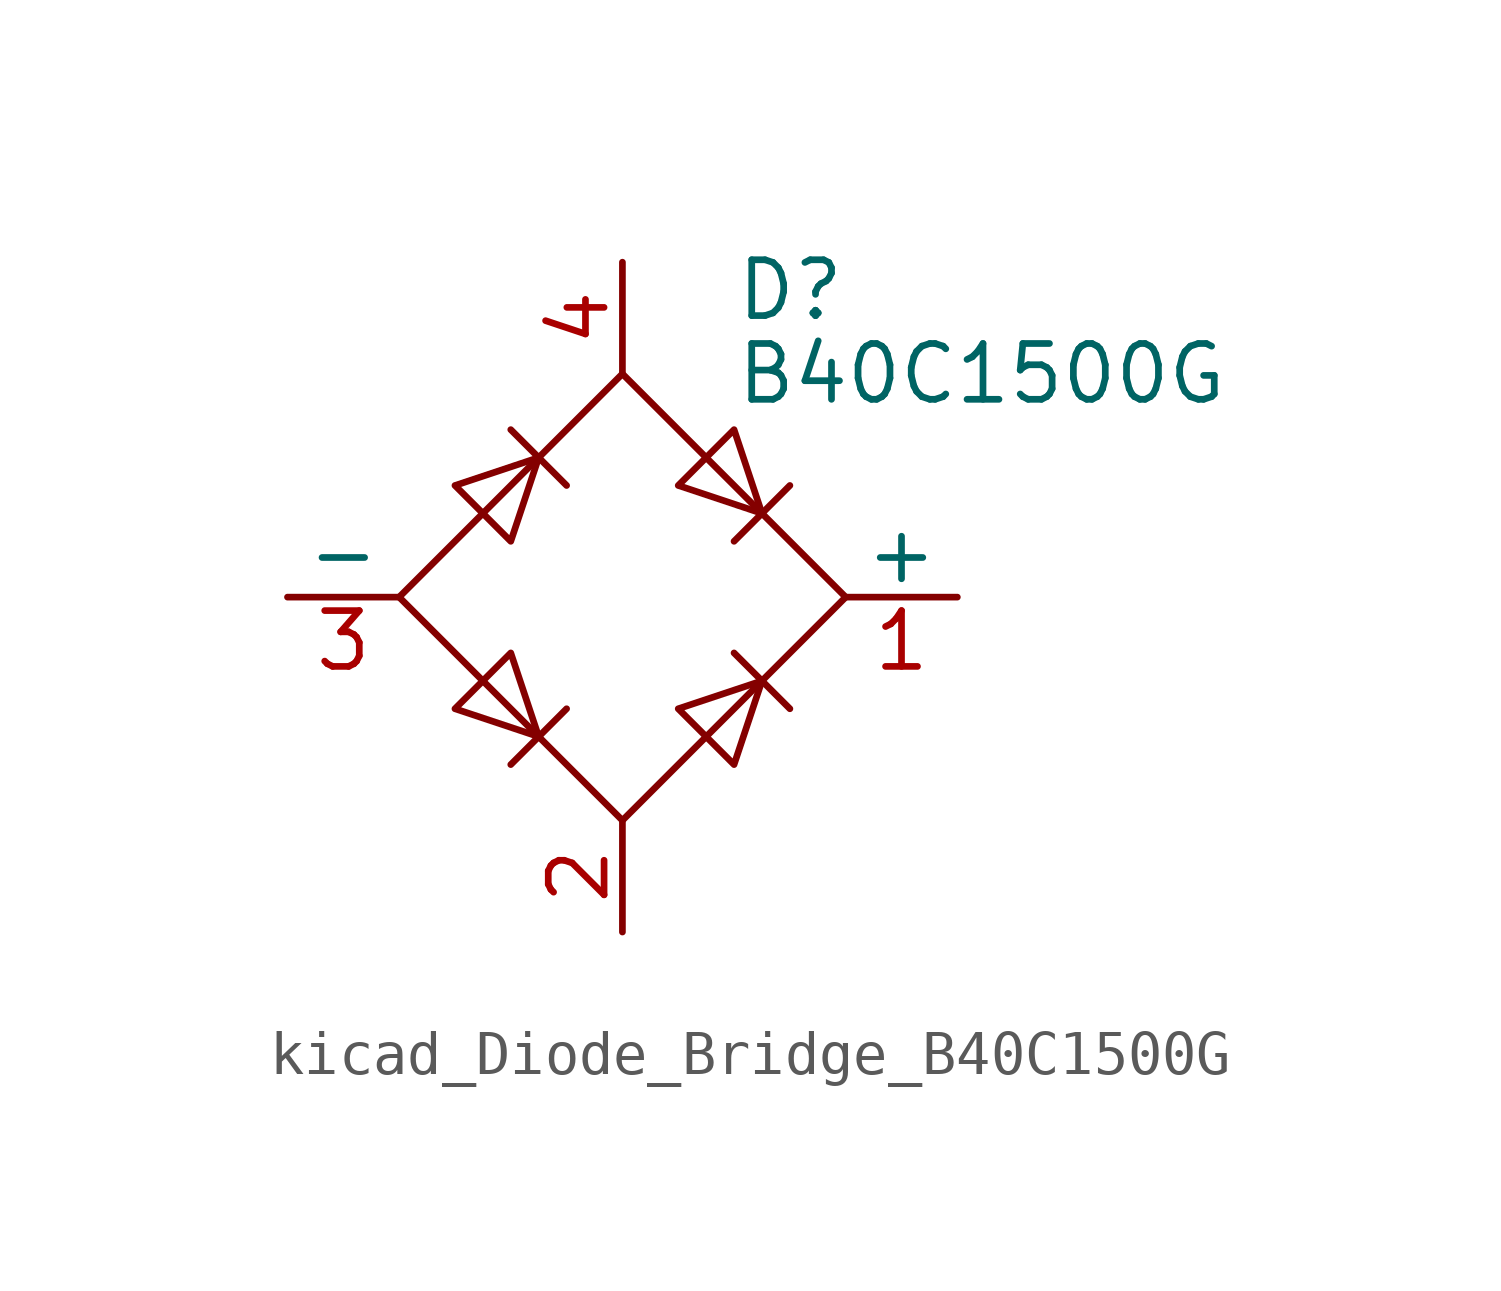
<source format=kicad_sym>
(kicad_symbol_lib
  (version 20220914)
  (generator kicad_symbol_editor)
  (symbol "kicad_Diode_Bridge_B40C1500G"
    (pin_names
      (offset 0))
    (property "Reference" "D"
      (at 2.54 6.985 0)
      (effects (font (size 1.27 1.27)) (justify left)))
    (property "Value" "B40C1500G"
      (at 2.54 5.08 0)
      (effects (font (size 1.27 1.27)) (justify left)))
    (symbol "kicad_Diode_Bridge_B40C1500G_0_1"
      (polyline (pts (xy -2.54 3.81) (xy -1.27 2.54)) (stroke (width 0) (type default)) (fill (type none)))
      (polyline (pts (xy -1.27 -2.54) (xy -2.54 -3.81)) (stroke (width 0) (type default)) (fill (type none)))
      (polyline (pts (xy 2.54 -1.27) (xy 3.81 -2.54)) (stroke (width 0) (type default)) (fill (type none)))
      (polyline (pts (xy 2.54 1.27) (xy 3.81 2.54)) (stroke (width 0) (type default)) (fill (type none)))
      (polyline (pts (xy -3.81 2.54) (xy -2.54 1.27) (xy -1.905 3.175) (xy -3.81 2.54)) (stroke (width 0) (type default)) (fill (type none)))
      (polyline (pts (xy -2.54 -1.27) (xy -3.81 -2.54) (xy -1.905 -3.175) (xy -2.54 -1.27)) (stroke (width 0) (type default)) (fill (type none)))
      (polyline (pts (xy 1.27 2.54) (xy 2.54 3.81) (xy 3.175 1.905) (xy 1.27 2.54)) (stroke (width 0) (type default)) (fill (type none)))
      (polyline (pts (xy 3.175 -1.905) (xy 1.27 -2.54) (xy 2.54 -3.81) (xy 3.175 -1.905)) (stroke (width 0) (type default)) (fill (type none)))
      (polyline (pts (xy -5.08 0) (xy 0 -5.08) (xy 5.08 0) (xy 0 5.08) (xy -5.08 0)) (stroke (width 0) (type default)) (fill (type none))))
    (symbol "kicad_Diode_Bridge_B40C1500G_1_1"
      (pin passive line (at 7.62 0 180) (length 2.54) (name "+" (effects (font (size 1.27 1.27)))) (number "1" (effects (font (size 1.27 1.27)))))
      (pin passive line (at 0 -7.62 90) (length 2.54) (name "~" (effects (font (size 1.27 1.27)))) (number "2" (effects (font (size 1.27 1.27)))))
      (pin passive line (at -7.62 0 0) (length 2.54) (name "-" (effects (font (size 1.27 1.27)))) (number "3" (effects (font (size 1.27 1.27)))))
      (pin passive line (at 0 7.62 270) (length 2.54) (name "~" (effects (font (size 1.27 1.27)))) (number "4" (effects (font (size 1.27 1.27))))))))
</source>
